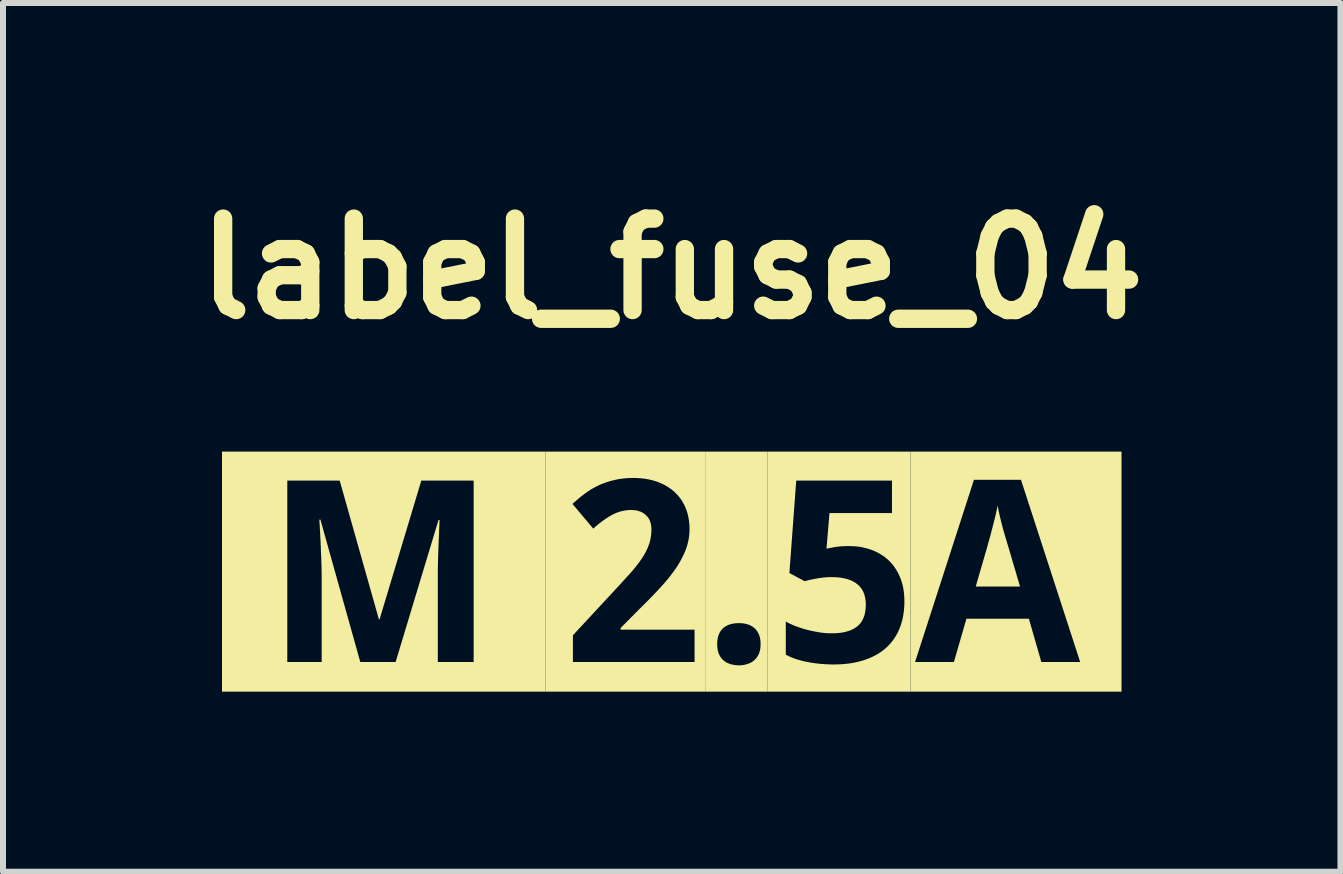
<source format=kicad_pcb>
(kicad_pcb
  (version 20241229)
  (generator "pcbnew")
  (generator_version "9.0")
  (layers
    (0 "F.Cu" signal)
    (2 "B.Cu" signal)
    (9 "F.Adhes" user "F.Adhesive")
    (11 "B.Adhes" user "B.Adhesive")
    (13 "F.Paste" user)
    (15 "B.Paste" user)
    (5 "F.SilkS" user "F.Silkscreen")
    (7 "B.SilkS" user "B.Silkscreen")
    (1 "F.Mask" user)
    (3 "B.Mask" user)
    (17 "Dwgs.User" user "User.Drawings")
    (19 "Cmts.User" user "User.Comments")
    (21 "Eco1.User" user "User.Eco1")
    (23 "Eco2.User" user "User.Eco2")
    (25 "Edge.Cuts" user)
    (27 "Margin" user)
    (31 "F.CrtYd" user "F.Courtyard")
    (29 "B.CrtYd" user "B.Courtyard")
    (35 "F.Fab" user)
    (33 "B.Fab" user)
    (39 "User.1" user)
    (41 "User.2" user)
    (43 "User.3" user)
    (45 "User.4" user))
  (footprint "label_fuse_04"
    (layer "F.Cu")
    (at 8.143 6.475)
    (property "Reference" "label_fuse_04" (at 0 -5.048 0) (layer "F.SilkS") (effects (font (size 1.524 1.524) (thickness 0.305))))
    (attr smd)
    (fp_poly (pts (xy 5.035 -1.53) (xy 3.978 -2) (xy 3.978 2) (xy 7.494 2) (xy 7.494 -2) (xy 3.978 -2) (xy 5.035 -1.53) (xy 5.819 -1.53) (xy 6.805 1.505) (xy 6.158 1.505) (xy 5.951 0.785) (xy 4.91 0.785) (xy 4.701 1.505) (xy 4.054 1.505) (xy 5.035 -1.53)) (stroke (width 0) (type solid)) (fill yes) (layer "F.SilkS"))
    (fp_poly (pts (xy 5.431 -1.104) (xy 5.428 -1.092) (xy 5.426 -1.08) (xy 5.423 -1.067) (xy 5.421 -1.054) (xy 5.418 -1.041) (xy 5.414 -1.026) (xy 5.411 -1.012) (xy 5.407 -0.996) (xy 5.405 -0.984) (xy 5.402 -0.971) (xy 5.399 -0.958) (xy 5.397 -0.945) (xy 5.394 -0.932) (xy 5.39 -0.919) (xy 5.387 -0.905) (xy 5.384 -0.892) (xy 5.38 -0.878) (xy 5.377 -0.864) (xy 5.374 -0.852) (xy 5.37 -0.839) (xy 5.367 -0.827) (xy 5.364 -0.814) (xy 5.361 -0.802) (xy 5.358 -0.789) (xy 5.355 -0.776) (xy 5.351 -0.764) (xy 5.348 -0.751) (xy 5.345 -0.738) (xy 5.341 -0.726) (xy 5.338 -0.712) (xy 5.334 -0.698) (xy 5.33 -0.684) (xy 5.327 -0.671) (xy 5.323 -0.657) (xy 5.32 -0.644) (xy 5.317 -0.631) (xy 5.313 -0.619) (xy 5.31 -0.606) (xy 5.307 -0.593) (xy 5.303 -0.58) (xy 5.299 -0.567) (xy 5.296 -0.554) (xy 5.292 -0.541) (xy 5.289 -0.529) (xy 5.285 -0.517) (xy 5.282 -0.506) (xy 5.278 -0.494) (xy 5.275 -0.484) (xy 5.271 -0.469) (xy 5.268 -0.455) (xy 5.264 -0.442) (xy 5.262 -0.432) (xy 5.259 -0.422) (xy 5.257 -0.414) (xy 5.065 0.248) (xy 5.803 0.248) (xy 5.608 -0.414) (xy 5.605 -0.422) (xy 5.603 -0.43) (xy 5.6 -0.44) (xy 5.596 -0.451) (xy 5.593 -0.463) (xy 5.589 -0.475) (xy 5.585 -0.489) (xy 5.581 -0.504) (xy 5.576 -0.519) (xy 5.571 -0.536) (xy 5.568 -0.548) (xy 5.564 -0.56) (xy 5.56 -0.573) (xy 5.557 -0.585) (xy 5.553 -0.598) (xy 5.549 -0.611) (xy 5.545 -0.624) (xy 5.541 -0.638) (xy 5.537 -0.651) (xy 5.533 -0.665) (xy 5.529 -0.679) (xy 5.525 -0.693) (xy 5.521 -0.707) (xy 5.517 -0.721) (xy 5.514 -0.734) (xy 5.51 -0.747) (xy 5.507 -0.76) (xy 5.504 -0.773) (xy 5.5 -0.786) (xy 5.497 -0.799) (xy 5.494 -0.812) (xy 5.491 -0.825) (xy 5.487 -0.838) (xy 5.484 -0.85) (xy 5.481 -0.863) (xy 5.478 -0.876) (xy 5.475 -0.889) (xy 5.472 -0.902) (xy 5.468 -0.915) (xy 5.465 -0.928) (xy 5.462 -0.944) (xy 5.458 -0.959) (xy 5.455 -0.974) (xy 5.452 -0.989) (xy 5.448 -1.003) (xy 5.446 -1.017) (xy 5.443 -1.03) (xy 5.441 -1.044) (xy 5.438 -1.056) (xy 5.436 -1.069) (xy 5.434 -1.081) (xy 5.432 -1.092) (xy 5.431 -1.104) (xy 5.431 -1.104)) (stroke (width 0) (type solid)) (fill yes) (layer "F.SilkS"))
    (fp_poly (pts (xy -7.494 -2) (xy -6.406 -1.517) (xy -5.533 -1.517) (xy -4.88 0.793) (xy -4.868 0.793) (xy -4.173 -1.517) (xy -3.301 -1.517) (xy -3.301 1.505) (xy -3.898 1.505) (xy -3.898 0.074) (xy -3.898 -0.048) (xy -3.898 -0.06) (xy -3.897 -0.073) (xy -3.897 -0.085) (xy -3.897 -0.098) (xy -3.896 -0.111) (xy -3.896 -0.124) (xy -3.896 -0.138) (xy -3.895 -0.151) (xy -3.895 -0.165) (xy -3.895 -0.178) (xy -3.894 -0.192) (xy -3.894 -0.205) (xy -3.894 -0.218) (xy -3.893 -0.231) (xy -3.893 -0.243) (xy -3.893 -0.256) (xy -3.892 -0.269) (xy -3.892 -0.282) (xy -3.891 -0.295) (xy -3.891 -0.308) (xy -3.891 -0.321) (xy -3.89 -0.334) (xy -3.89 -0.348) (xy -3.889 -0.362) (xy -3.889 -0.376) (xy -3.888 -0.39) (xy -3.887 -0.404) (xy -3.887 -0.418) (xy -3.886 -0.432) (xy -3.886 -0.446) (xy -3.885 -0.459) (xy -3.885 -0.473) (xy -3.884 -0.487) (xy -3.884 -0.5) (xy -3.883 -0.514) (xy -3.883 -0.527) (xy -3.882 -0.54) (xy -3.881 -0.554) (xy -3.881 -0.568) (xy -3.88 -0.581) (xy -3.88 -0.595) (xy -3.879 -0.608) (xy -3.878 -0.622) (xy -3.878 -0.636) (xy -3.877 -0.65) (xy -3.877 -0.664) (xy -3.876 -0.677) (xy -3.876 -0.691) (xy -3.875 -0.705) (xy -3.875 -0.719) (xy -3.874 -0.733) (xy -3.874 -0.747) (xy -3.873 -0.762) (xy -3.872 -0.776) (xy -3.872 -0.79) (xy -3.871 -0.804) (xy -3.871 -0.819) (xy -3.87 -0.833) (xy -3.87 -0.847) (xy -3.87 -0.862) (xy -3.886 -0.862) (xy -4.601 1.505) (xy -5.19 1.505) (xy -5.854 -0.866) (xy -5.872 -0.866) (xy -5.871 -0.852) (xy -5.87 -0.838) (xy -5.869 -0.824) (xy -5.869 -0.81) (xy -5.868 -0.796) (xy -5.867 -0.782) (xy -5.866 -0.768) (xy -5.865 -0.755) (xy -5.864 -0.741) (xy -5.864 -0.727) (xy -5.863 -0.713) (xy -5.862 -0.7) (xy -5.861 -0.686) (xy -5.86 -0.672) (xy -5.86 -0.659) (xy -5.859 -0.645) (xy -5.858 -0.631) (xy -5.858 -0.618) (xy -5.857 -0.605) (xy -5.856 -0.591) (xy -5.856 -0.578) (xy -5.855 -0.564) (xy -5.854 -0.551) (xy -5.854 -0.538) (xy -5.853 -0.524) (xy -5.852 -0.511) (xy -5.852 -0.498) (xy -5.851 -0.485) (xy -5.85 -0.472) (xy -5.85 -0.46) (xy -5.849 -0.447) (xy -5.849 -0.434) (xy -5.848 -0.421) (xy -5.848 -0.407) (xy -5.847 -0.394) (xy -5.847 -0.381) (xy -5.846 -0.368) (xy -5.846 -0.354) (xy -5.846 -0.341) (xy -5.845 -0.328) (xy -5.844 -0.314) (xy -5.844 -0.301) (xy -5.843 -0.288) (xy -5.842 -0.274) (xy -5.842 -0.261) (xy -5.841 -0.248) (xy -5.841 -0.235) (xy -5.84 -0.222) (xy -5.84 -0.208) (xy -5.839 -0.195) (xy -5.839 -0.182) (xy -5.838 -0.168) (xy -5.838 -0.154) (xy -5.837 -0.14) (xy -5.837 -0.126) (xy -5.836 -0.112) (xy -5.836 -0.098) (xy -5.836 -0.085) (xy -5.835 -0.071) (xy -5.835 -0.058) (xy -5.835 -0.044) (xy -5.835 -0.031) (xy -5.835 -0.017) (xy -5.834 -0.003) (xy -5.834 0.011) (xy -5.834 0.024) (xy -5.834 0.038) (xy -5.833 0.05) (xy -5.833 0.063) (xy -5.833 0.075) (xy -5.833 0.087) (xy -5.833 0.099) (xy -5.833 1.505) (xy -6.406 1.505) (xy -6.406 -1.517) (xy -7.494 -2) (xy -7.494 2) (xy -2.101 2) (xy -2.101 -2) (xy -7.494 -2)) (stroke (width 0) (type solid)) (fill yes) (layer "F.SilkS"))
    (fp_poly (pts (xy 0.568 -2) (xy 1.121 0.858) (xy 1.135 0.858) (xy 1.149 0.859) (xy 1.163 0.86) (xy 1.177 0.861) (xy 1.191 0.862) (xy 1.204 0.864) (xy 1.218 0.867) (xy 1.231 0.87) (xy 1.244 0.873) (xy 1.257 0.876) (xy 1.27 0.88) (xy 1.283 0.885) (xy 1.295 0.889) (xy 1.307 0.895) (xy 1.319 0.901) (xy 1.33 0.907) (xy 1.341 0.913) (xy 1.352 0.921) (xy 1.362 0.928) (xy 1.373 0.936) (xy 1.382 0.945) (xy 1.392 0.954) (xy 1.4 0.963) (xy 1.409 0.974) (xy 1.417 0.984) (xy 1.425 0.996) (xy 1.432 1.007) (xy 1.439 1.02) (xy 1.445 1.033) (xy 1.451 1.046) (xy 1.456 1.057) (xy 1.46 1.069) (xy 1.464 1.081) (xy 1.467 1.093) (xy 1.47 1.106) (xy 1.473 1.12) (xy 1.475 1.134) (xy 1.477 1.148) (xy 1.478 1.162) (xy 1.479 1.178) (xy 1.48 1.193) (xy 1.48 1.209) (xy 1.48 1.224) (xy 1.479 1.239) (xy 1.478 1.254) (xy 1.477 1.268) (xy 1.475 1.282) (xy 1.473 1.295) (xy 1.47 1.309) (xy 1.467 1.321) (xy 1.464 1.334) (xy 1.46 1.346) (xy 1.456 1.357) (xy 1.451 1.368) (xy 1.445 1.381) (xy 1.439 1.394) (xy 1.432 1.406) (xy 1.425 1.418) (xy 1.417 1.429) (xy 1.409 1.44) (xy 1.4 1.45) (xy 1.392 1.46) (xy 1.382 1.469) (xy 1.373 1.478) (xy 1.362 1.487) (xy 1.352 1.494) (xy 1.341 1.502) (xy 1.33 1.509) (xy 1.319 1.515) (xy 1.307 1.521) (xy 1.295 1.526) (xy 1.283 1.531) (xy 1.27 1.536) (xy 1.257 1.54) (xy 1.244 1.544) (xy 1.231 1.547) (xy 1.218 1.55) (xy 1.204 1.553) (xy 1.191 1.555) (xy 1.177 1.557) (xy 1.163 1.559) (xy 1.149 1.56) (xy 1.135 1.561) (xy 1.121 1.561) (xy 1.107 1.561) (xy 1.093 1.56) (xy 1.08 1.559) (xy 1.066 1.558) (xy 1.053 1.556) (xy 1.04 1.554) (xy 1.027 1.552) (xy 1.015 1.55) (xy 1.002 1.547) (xy 0.99 1.543) (xy 0.978 1.54) (xy 0.965 1.536) (xy 0.952 1.531) (xy 0.94 1.526) (xy 0.928 1.521) (xy 0.916 1.515) (xy 0.904 1.509) (xy 0.893 1.502) (xy 0.883 1.494) (xy 0.872 1.487) (xy 0.862 1.478) (xy 0.852 1.469) (xy 0.843 1.46) (xy 0.834 1.45) (xy 0.826 1.44) (xy 0.818 1.429) (xy 0.81 1.418) (xy 0.803 1.406) (xy 0.796 1.394) (xy 0.79 1.381) (xy 0.784 1.368) (xy 0.78 1.357) (xy 0.776 1.346) (xy 0.772 1.334) (xy 0.769 1.321) (xy 0.766 1.309) (xy 0.764 1.295) (xy 0.762 1.282) (xy 0.76 1.268) (xy 0.759 1.254) (xy 0.758 1.239) (xy 0.757 1.224) (xy 0.757 1.209) (xy 0.757 1.193) (xy 0.758 1.178) (xy 0.759 1.162) (xy 0.76 1.148) (xy 0.762 1.134) (xy 0.764 1.12) (xy 0.766 1.106) (xy 0.769 1.093) (xy 0.772 1.081) (xy 0.776 1.069) (xy 0.78 1.057) (xy 0.784 1.046) (xy 0.79 1.033) (xy 0.796 1.02) (xy 0.803 1.007) (xy 0.81 0.996) (xy 0.818 0.984) (xy 0.826 0.974) (xy 0.834 0.963) (xy 0.843 0.954) (xy 0.852 0.945) (xy 0.862 0.936) (xy 0.872 0.928) (xy 0.883 0.921) (xy 0.893 0.913) (xy 0.904 0.907) (xy 0.916 0.901) (xy 0.928 0.895) (xy 0.94 0.889) (xy 0.952 0.885) (xy 0.965 0.88) (xy 0.978 0.876) (xy 0.99 0.873) (xy 1.002 0.87) (xy 1.015 0.867) (xy 1.027 0.865) (xy 1.04 0.863) (xy 1.053 0.862) (xy 1.066 0.86) (xy 1.08 0.859) (xy 1.093 0.859) (xy 1.107 0.858) (xy 1.121 0.858) (xy 0.568 -2) (xy 0.568 2) (xy 1.599 2) (xy 1.599 -2) (xy 0.568 -2)) (stroke (width 0) (type solid)) (fill yes) (layer "F.SilkS"))
    (fp_poly (pts (xy -2.101 -2) (xy -0.641 -1.561) (xy -0.626 -1.561) (xy -0.611 -1.56) (xy -0.596 -1.56) (xy -0.582 -1.56) (xy -0.567 -1.559) (xy -0.553 -1.558) (xy -0.538 -1.557) (xy -0.524 -1.556) (xy -0.51 -1.555) (xy -0.496 -1.554) (xy -0.482 -1.552) (xy -0.469 -1.55) (xy -0.455 -1.549) (xy -0.442 -1.547) (xy -0.428 -1.545) (xy -0.415 -1.542) (xy -0.402 -1.54) (xy -0.389 -1.538) (xy -0.376 -1.535) (xy -0.363 -1.532) (xy -0.35 -1.529) (xy -0.337 -1.526) (xy -0.325 -1.523) (xy -0.312 -1.52) (xy -0.3 -1.516) (xy -0.288 -1.512) (xy -0.276 -1.509) (xy -0.264 -1.505) (xy -0.252 -1.501) (xy -0.238 -1.496) (xy -0.224 -1.491) (xy -0.211 -1.486) (xy -0.198 -1.48) (xy -0.185 -1.475) (xy -0.172 -1.469) (xy -0.159 -1.463) (xy -0.146 -1.457) (xy -0.134 -1.451) (xy -0.121 -1.445) (xy -0.109 -1.438) (xy -0.097 -1.431) (xy -0.085 -1.424) (xy -0.074 -1.417) (xy -0.062 -1.41) (xy -0.051 -1.403) (xy -0.04 -1.395) (xy -0.029 -1.388) (xy -0.018 -1.38) (xy -0.007 -1.372) (xy 0.003 -1.364) (xy 0.014 -1.355) (xy 0.024 -1.347) (xy 0.034 -1.338) (xy 0.044 -1.329) (xy 0.054 -1.32) (xy 0.063 -1.311) (xy 0.073 -1.301) (xy 0.083 -1.291) (xy 0.092 -1.282) (xy 0.101 -1.271) (xy 0.11 -1.261) (xy 0.118 -1.251) (xy 0.127 -1.24) (xy 0.135 -1.23) (xy 0.143 -1.219) (xy 0.151 -1.208) (xy 0.159 -1.197) (xy 0.166 -1.185) (xy 0.174 -1.174) (xy 0.181 -1.162) (xy 0.187 -1.15) (xy 0.194 -1.138) (xy 0.201 -1.126) (xy 0.207 -1.114) (xy 0.213 -1.101) (xy 0.219 -1.088) (xy 0.224 -1.075) (xy 0.23 -1.062) (xy 0.235 -1.05) (xy 0.24 -1.038) (xy 0.244 -1.026) (xy 0.249 -1.013) (xy 0.253 -1.001) (xy 0.257 -0.988) (xy 0.261 -0.975) (xy 0.264 -0.962) (xy 0.268 -0.949) (xy 0.271 -0.936) (xy 0.274 -0.923) (xy 0.277 -0.909) (xy 0.279 -0.896) (xy 0.282 -0.882) (xy 0.284 -0.868) (xy 0.286 -0.854) (xy 0.288 -0.84) (xy 0.29 -0.826) (xy 0.291 -0.812) (xy 0.292 -0.798) (xy 0.294 -0.783) (xy 0.294 -0.769) (xy 0.295 -0.754) (xy 0.296 -0.739) (xy 0.296 -0.724) (xy 0.296 -0.709) (xy 0.296 -0.695) (xy 0.296 -0.681) (xy 0.295 -0.667) (xy 0.294 -0.653) (xy 0.293 -0.639) (xy 0.292 -0.625) (xy 0.291 -0.611) (xy 0.29 -0.597) (xy 0.288 -0.583) (xy 0.286 -0.569) (xy 0.284 -0.555) (xy 0.282 -0.542) (xy 0.279 -0.528) (xy 0.276 -0.514) (xy 0.273 -0.501) (xy 0.27 -0.487) (xy 0.267 -0.474) (xy 0.264 -0.461) (xy 0.26 -0.447) (xy 0.256 -0.434) (xy 0.252 -0.421) (xy 0.248 -0.407) (xy 0.243 -0.394) (xy 0.239 -0.381) (xy 0.234 -0.368) (xy 0.229 -0.356) (xy 0.224 -0.343) (xy 0.219 -0.331) (xy 0.214 -0.318) (xy 0.208 -0.306) (xy 0.203 -0.294) (xy 0.197 -0.281) (xy 0.191 -0.269) (xy 0.185 -0.257) (xy 0.179 -0.245) (xy 0.173 -0.232) (xy 0.167 -0.22) (xy 0.16 -0.208) (xy 0.154 -0.196) (xy 0.147 -0.183) (xy 0.14 -0.171) (xy 0.133 -0.159) (xy 0.126 -0.147) (xy 0.119 -0.135) (xy 0.112 -0.123) (xy 0.104 -0.11) (xy 0.096 -0.098) (xy 0.089 -0.086) (xy 0.081 -0.074) (xy 0.073 -0.062) (xy 0.064 -0.05) (xy 0.057 -0.039) (xy 0.049 -0.028) (xy 0.042 -0.018) (xy 0.034 -0.007) (xy 0.026 0.004) (xy 0.018 0.014) (xy 0.011 0.025) (xy 0.002 0.036) (xy -0.006 0.046) (xy -0.014 0.057) (xy -0.022 0.068) (xy -0.031 0.079) (xy -0.039 0.089) (xy -0.048 0.1) (xy -0.056 0.111) (xy -0.065 0.121) (xy -0.074 0.132) (xy -0.083 0.143) (xy -0.092 0.153) (xy -0.101 0.164) (xy -0.11 0.175) (xy -0.119 0.186) (xy -0.128 0.196) (xy -0.138 0.207) (xy -0.147 0.218) (xy -0.157 0.228) (xy -0.166 0.239) (xy -0.176 0.25) (xy -0.186 0.26) (xy -0.195 0.27) (xy -0.204 0.28) (xy -0.213 0.29) (xy -0.222 0.3) (xy -0.232 0.31) (xy -0.241 0.32) (xy -0.25 0.33) (xy -0.26 0.34) (xy -0.269 0.35) (xy -0.279 0.36) (xy -0.288 0.37) (xy -0.298 0.38) (xy -0.307 0.39) (xy -0.317 0.4) (xy -0.327 0.41) (xy -0.337 0.42) (xy -0.346 0.43) (xy -0.356 0.44) (xy -0.366 0.45) (xy -0.376 0.46) (xy -0.386 0.47) (xy -0.396 0.481) (xy -0.406 0.491) (xy -0.416 0.501) (xy -0.426 0.511) (xy -0.436 0.521) (xy -0.447 0.531) (xy -0.457 0.542) (xy -0.467 0.552) (xy -0.477 0.562) (xy -0.488 0.572) (xy -0.852 0.938) (xy -0.852 0.967) (xy 0.38 0.967) (xy 0.38 1.505) (xy -1.647 1.505) (xy -1.647 1.06) (xy -0.936 0.294) (xy -0.926 0.282) (xy -0.915 0.271) (xy -0.905 0.26) (xy -0.895 0.25) (xy -0.885 0.239) (xy -0.875 0.228) (xy -0.865 0.217) (xy -0.856 0.207) (xy -0.846 0.196) (xy -0.836 0.186) (xy -0.827 0.175) (xy -0.817 0.165) (xy -0.808 0.154) (xy -0.799 0.144) (xy -0.789 0.134) (xy -0.78 0.124) (xy -0.771 0.114) (xy -0.762 0.104) (xy -0.753 0.094) (xy -0.744 0.084) (xy -0.735 0.074) (xy -0.727 0.065) (xy -0.718 0.055) (xy -0.709 0.046) (xy -0.701 0.036) (xy -0.692 0.027) (xy -0.682 0.016) (xy -0.673 0.005) (xy -0.663 -0.006) (xy -0.654 -0.017) (xy -0.644 -0.028) (xy -0.635 -0.039) (xy -0.626 -0.05) (xy -0.617 -0.061) (xy -0.608 -0.072) (xy -0.599 -0.083) (xy -0.591 -0.094) (xy -0.582 -0.104) (xy -0.574 -0.115) (xy -0.566 -0.126) (xy -0.557 -0.137) (xy -0.549 -0.147) (xy -0.542 -0.158) (xy -0.534 -0.169) (xy -0.526 -0.179) (xy -0.519 -0.19) (xy -0.512 -0.2) (xy -0.504 -0.211) (xy -0.496 -0.223) (xy -0.488 -0.235) (xy -0.48 -0.248) (xy -0.473 -0.26) (xy -0.465 -0.272) (xy -0.458 -0.284) (xy -0.451 -0.297) (xy -0.444 -0.309) (xy -0.438 -0.322) (xy -0.431 -0.334) (xy -0.425 -0.346) (xy -0.419 -0.359) (xy -0.413 -0.371) (xy -0.407 -0.384) (xy -0.402 -0.396) (xy -0.397 -0.409) (xy -0.392 -0.422) (xy -0.387 -0.434) (xy -0.382 -0.447) (xy -0.378 -0.459) (xy -0.373 -0.472) (xy -0.369 -0.485) (xy -0.366 -0.498) (xy -0.362 -0.511) (xy -0.359 -0.524) (xy -0.356 -0.537) (xy -0.353 -0.551) (xy -0.351 -0.564) (xy -0.349 -0.578) (xy -0.347 -0.592) (xy -0.345 -0.605) (xy -0.343 -0.619) (xy -0.342 -0.633) (xy -0.341 -0.647) (xy -0.34 -0.661) (xy -0.339 -0.676) (xy -0.339 -0.69) (xy -0.339 -0.705) (xy -0.339 -0.72) (xy -0.34 -0.735) (xy -0.341 -0.749) (xy -0.343 -0.763) (xy -0.345 -0.777) (xy -0.347 -0.79) (xy -0.35 -0.804) (xy -0.354 -0.816) (xy -0.358 -0.829) (xy -0.362 -0.841) (xy -0.367 -0.853) (xy -0.372 -0.864) (xy -0.378 -0.875) (xy -0.384 -0.886) (xy -0.391 -0.896) (xy -0.398 -0.906) (xy -0.406 -0.916) (xy -0.414 -0.925) (xy -0.423 -0.934) (xy -0.432 -0.943) (xy -0.441 -0.951) (xy -0.45 -0.959) (xy -0.46 -0.966) (xy -0.471 -0.973) (xy -0.481 -0.98) (xy -0.492 -0.986) (xy -0.503 -0.992) (xy -0.515 -0.997) (xy -0.527 -1.002) (xy -0.539 -1.006) (xy -0.551 -1.01) (xy -0.564 -1.014) (xy -0.577 -1.017) (xy -0.591 -1.02) (xy -0.604 -1.022) (xy -0.619 -1.024) (xy -0.633 -1.025) (xy -0.648 -1.026) (xy -0.663 -1.027) (xy -0.678 -1.027) (xy -0.692 -1.027) (xy -0.705 -1.027) (xy -0.719 -1.026) (xy -0.732 -1.025) (xy -0.745 -1.024) (xy -0.759 -1.022) (xy -0.772 -1.02) (xy -0.785 -1.018) (xy -0.799 -1.016) (xy -0.812 -1.013) (xy -0.825 -1.01) (xy -0.838 -1.007) (xy -0.851 -1.004) (xy -0.864 -1) (xy -0.877 -0.996) (xy -0.89 -0.991) (xy -0.903 -0.987) (xy -0.916 -0.982) (xy -0.929 -0.977) (xy -0.942 -0.971) (xy -0.954 -0.966) (xy -0.967 -0.96) (xy -0.98 -0.953) (xy -0.992 -0.947) (xy -1.003 -0.941) (xy -1.014 -0.935) (xy -1.025 -0.929) (xy -1.036 -0.922) (xy -1.047 -0.916) (xy -1.057 -0.909) (xy -1.068 -0.902) (xy -1.08 -0.895) (xy -1.091 -0.888) (xy -1.102 -0.88) (xy -1.113 -0.873) (xy -1.124 -0.865) (xy -1.135 -0.857) (xy -1.146 -0.849) (xy -1.158 -0.841) (xy -1.169 -0.832) (xy -1.18 -0.824) (xy -1.192 -0.815) (xy -1.203 -0.806) (xy -1.215 -0.797) (xy -1.226 -0.788) (xy -1.238 -0.778) (xy -1.249 -0.768) (xy -1.261 -0.759) (xy -1.273 -0.749) (xy -1.284 -0.738) (xy -1.296 -0.728) (xy -1.308 -0.717) (xy -1.655 -1.129) (xy -1.645 -1.138) (xy -1.635 -1.147) (xy -1.624 -1.157) (xy -1.614 -1.166) (xy -1.603 -1.175) (xy -1.592 -1.184) (xy -1.582 -1.193) (xy -1.571 -1.202) (xy -1.56 -1.211) (xy -1.55 -1.22) (xy -1.539 -1.229) (xy -1.528 -1.238) (xy -1.517 -1.247) (xy -1.506 -1.256) (xy -1.495 -1.264) (xy -1.484 -1.273) (xy -1.472 -1.282) (xy -1.461 -1.29) (xy -1.451 -1.298) (xy -1.44 -1.306) (xy -1.429 -1.314) (xy -1.418 -1.322) (xy -1.407 -1.33) (xy -1.395 -1.338) (xy -1.384 -1.345) (xy -1.372 -1.353) (xy -1.361 -1.36) (xy -1.349 -1.368) (xy -1.337 -1.375) (xy -1.325 -1.382) (xy -1.313 -1.389) (xy -1.301 -1.396) (xy -1.288 -1.402) (xy -1.276 -1.409) (xy -1.263 -1.416) (xy -1.251 -1.422) (xy -1.238 -1.428) (xy -1.226 -1.434) (xy -1.215 -1.44) (xy -1.203 -1.445) (xy -1.191 -1.45) (xy -1.179 -1.456) (xy -1.166 -1.461) (xy -1.154 -1.466) (xy -1.141 -1.47) (xy -1.129 -1.475) (xy -1.116 -1.48) (xy -1.103 -1.484) (xy -1.09 -1.489) (xy -1.077 -1.493) (xy -1.064 -1.497) (xy -1.051 -1.501) (xy -1.038 -1.505) (xy -1.024 -1.509) (xy -1.01 -1.513) (xy -0.997 -1.516) (xy -0.983 -1.52) (xy -0.969 -1.523) (xy -0.957 -1.526) (xy -0.944 -1.529) (xy -0.932 -1.532) (xy -0.919 -1.535) (xy -0.906 -1.537) (xy -0.893 -1.54) (xy -0.88 -1.542) (xy -0.867 -1.544) (xy -0.854 -1.546) (xy -0.841 -1.548) (xy -0.827 -1.55) (xy -0.814 -1.551) (xy -0.8 -1.553) (xy -0.786 -1.554) (xy -0.772 -1.555) (xy -0.758 -1.557) (xy -0.744 -1.558) (xy -0.729 -1.558) (xy -0.715 -1.559) (xy -0.7 -1.56) (xy -0.685 -1.56) (xy -0.671 -1.561) (xy -0.656 -1.561) (xy -0.641 -1.561) (xy -2.101 -2) (xy -2.101 2) (xy 0.568 2) (xy 0.568 -2) (xy -2.101 -2)) (stroke (width 0) (type solid)) (fill yes) (layer "F.SilkS"))
    (fp_poly (pts (xy 1.599 -2) (xy 2.074 -1.517) (xy 3.669 -1.517) (xy 3.669 -0.976) (xy 2.628 -0.976) (xy 2.578 -0.382) (xy 2.589 -0.385) (xy 2.601 -0.387) (xy 2.612 -0.39) (xy 2.624 -0.392) (xy 2.637 -0.394) (xy 2.649 -0.397) (xy 2.662 -0.399) (xy 2.675 -0.402) (xy 2.689 -0.404) (xy 2.702 -0.407) (xy 2.716 -0.409) (xy 2.731 -0.411) (xy 2.741 -0.413) (xy 2.752 -0.415) (xy 2.764 -0.416) (xy 2.775 -0.417) (xy 2.787 -0.419) (xy 2.8 -0.42) (xy 2.812 -0.421) (xy 2.825 -0.422) (xy 2.839 -0.423) (xy 2.853 -0.423) (xy 2.867 -0.424) (xy 2.881 -0.425) (xy 2.896 -0.425) (xy 2.911 -0.425) (xy 2.926 -0.426) (xy 2.942 -0.426) (xy 2.958 -0.426) (xy 2.973 -0.426) (xy 2.987 -0.425) (xy 3.001 -0.425) (xy 3.015 -0.424) (xy 3.029 -0.424) (xy 3.043 -0.423) (xy 3.057 -0.422) (xy 3.071 -0.421) (xy 3.085 -0.419) (xy 3.099 -0.418) (xy 3.112 -0.416) (xy 3.126 -0.414) (xy 3.139 -0.412) (xy 3.153 -0.41) (xy 3.166 -0.407) (xy 3.179 -0.405) (xy 3.192 -0.402) (xy 3.205 -0.399) (xy 3.218 -0.396) (xy 3.231 -0.393) (xy 3.244 -0.389) (xy 3.257 -0.386) (xy 3.27 -0.382) (xy 3.282 -0.378) (xy 3.295 -0.374) (xy 3.308 -0.37) (xy 3.32 -0.366) (xy 3.333 -0.361) (xy 3.346 -0.356) (xy 3.36 -0.351) (xy 3.372 -0.345) (xy 3.385 -0.34) (xy 3.398 -0.334) (xy 3.41 -0.328) (xy 3.423 -0.322) (xy 3.435 -0.315) (xy 3.447 -0.309) (xy 3.459 -0.302) (xy 3.471 -0.296) (xy 3.482 -0.289) (xy 3.494 -0.281) (xy 3.505 -0.274) (xy 3.517 -0.266) (xy 3.528 -0.259) (xy 3.539 -0.251) (xy 3.55 -0.243) (xy 3.56 -0.234) (xy 3.571 -0.226) (xy 3.581 -0.217) (xy 3.591 -0.209) (xy 3.602 -0.2) (xy 3.612 -0.19) (xy 3.621 -0.181) (xy 3.63 -0.172) (xy 3.639 -0.163) (xy 3.648 -0.153) (xy 3.657 -0.144) (xy 3.666 -0.134) (xy 3.674 -0.124) (xy 3.683 -0.114) (xy 3.691 -0.103) (xy 3.699 -0.093) (xy 3.707 -0.082) (xy 3.714 -0.071) (xy 3.722 -0.06) (xy 3.729 -0.049) (xy 3.737 -0.038) (xy 3.744 -0.026) (xy 3.751 -0.014) (xy 3.757 -0.002) (xy 3.764 0.01) (xy 3.77 0.022) (xy 3.777 0.034) (xy 3.783 0.047) (xy 3.789 0.06) (xy 3.794 0.073) (xy 3.8 0.086) (xy 3.806 0.099) (xy 3.81 0.111) (xy 3.815 0.123) (xy 3.819 0.135) (xy 3.824 0.147) (xy 3.828 0.16) (xy 3.832 0.172) (xy 3.835 0.185) (xy 3.839 0.198) (xy 3.843 0.211) (xy 3.846 0.224) (xy 3.849 0.237) (xy 3.852 0.25) (xy 3.855 0.263) (xy 3.857 0.277) (xy 3.86 0.29) (xy 3.862 0.304) (xy 3.864 0.318) (xy 3.866 0.332) (xy 3.868 0.346) (xy 3.869 0.36) (xy 3.871 0.375) (xy 3.872 0.389) (xy 3.873 0.404) (xy 3.874 0.419) (xy 3.875 0.434) (xy 3.875 0.449) (xy 3.876 0.464) (xy 3.876 0.479) (xy 3.876 0.494) (xy 3.876 0.509) (xy 3.876 0.524) (xy 3.876 0.538) (xy 3.875 0.553) (xy 3.874 0.568) (xy 3.874 0.582) (xy 3.873 0.596) (xy 3.872 0.61) (xy 3.87 0.625) (xy 3.869 0.639) (xy 3.868 0.653) (xy 3.866 0.666) (xy 3.864 0.68) (xy 3.862 0.694) (xy 3.86 0.707) (xy 3.858 0.721) (xy 3.856 0.734) (xy 3.853 0.748) (xy 3.851 0.761) (xy 3.848 0.774) (xy 3.845 0.787) (xy 3.842 0.8) (xy 3.839 0.813) (xy 3.836 0.825) (xy 3.832 0.838) (xy 3.829 0.851) (xy 3.825 0.863) (xy 3.821 0.876) (xy 3.817 0.888) (xy 3.813 0.9) (xy 3.809 0.912) (xy 3.804 0.924) (xy 3.8 0.936) (xy 3.794 0.95) (xy 3.789 0.963) (xy 3.783 0.976) (xy 3.777 0.989) (xy 3.771 1.002) (xy 3.765 1.014) (xy 3.758 1.027) (xy 3.752 1.039) (xy 3.745 1.051) (xy 3.738 1.063) (xy 3.731 1.075) (xy 3.724 1.087) (xy 3.716 1.099) (xy 3.709 1.11) (xy 3.701 1.122) (xy 3.693 1.133) (xy 3.685 1.144) (xy 3.677 1.155) (xy 3.668 1.166) (xy 3.66 1.177) (xy 3.651 1.187) (xy 3.642 1.198) (xy 3.633 1.208) (xy 3.623 1.218) (xy 3.614 1.228) (xy 3.604 1.238) (xy 3.594 1.248) (xy 3.584 1.257) (xy 3.574 1.267) (xy 3.564 1.276) (xy 3.555 1.284) (xy 3.545 1.292) (xy 3.534 1.301) (xy 3.524 1.309) (xy 3.514 1.317) (xy 3.503 1.324) (xy 3.492 1.332) (xy 3.482 1.34) (xy 3.471 1.347) (xy 3.459 1.355) (xy 3.448 1.362) (xy 3.437 1.369) (xy 3.425 1.376) (xy 3.413 1.382) (xy 3.401 1.389) (xy 3.389 1.396) (xy 3.377 1.402) (xy 3.365 1.408) (xy 3.352 1.415) (xy 3.339 1.421) (xy 3.327 1.426) (xy 3.314 1.432) (xy 3.3 1.438) (xy 3.287 1.443) (xy 3.274 1.449) (xy 3.26 1.454) (xy 3.246 1.459) (xy 3.232 1.464) (xy 3.218 1.469) (xy 3.204 1.474) (xy 3.192 1.478) (xy 3.18 1.481) (xy 3.168 1.485) (xy 3.156 1.488) (xy 3.144 1.492) (xy 3.131 1.495) (xy 3.119 1.498) (xy 3.106 1.502) (xy 3.094 1.505) (xy 3.081 1.507) (xy 3.068 1.51) (xy 3.055 1.513) (xy 3.042 1.516) (xy 3.029 1.518) (xy 3.016 1.52) (xy 3.002 1.523) (xy 2.989 1.525) (xy 2.975 1.527) (xy 2.962 1.529) (xy 2.948 1.531) (xy 2.934 1.532) (xy 2.92 1.534) (xy 2.906 1.536) (xy 2.892 1.537) (xy 2.878 1.538) (xy 2.864 1.54) (xy 2.849 1.541) (xy 2.835 1.542) (xy 2.82 1.543) (xy 2.805 1.543) (xy 2.791 1.544) (xy 2.776 1.545) (xy 2.761 1.545) (xy 2.746 1.545) (xy 2.73 1.546) (xy 2.715 1.546) (xy 2.7 1.546) (xy 2.686 1.546) (xy 2.673 1.546) (xy 2.66 1.546) (xy 2.646 1.545) (xy 2.633 1.545) (xy 2.62 1.545) (xy 2.607 1.544) (xy 2.593 1.544) (xy 2.58 1.543) (xy 2.567 1.543) (xy 2.553 1.542) (xy 2.54 1.541) (xy 2.527 1.54) (xy 2.514 1.539) (xy 2.501 1.538) (xy 2.488 1.537) (xy 2.474 1.536) (xy 2.46 1.535) (xy 2.447 1.533) (xy 2.433 1.532) (xy 2.419 1.53) (xy 2.405 1.528) (xy 2.392 1.527) (xy 2.378 1.525) (xy 2.365 1.523) (xy 2.351 1.521) (xy 2.338 1.519) (xy 2.325 1.517) (xy 2.312 1.514) (xy 2.298 1.512) (xy 2.285 1.51) (xy 2.272 1.507) (xy 2.259 1.505) (xy 2.246 1.502) (xy 2.233 1.499) (xy 2.219 1.497) (xy 2.206 1.494) (xy 2.193 1.491) (xy 2.18 1.488) (xy 2.167 1.484) (xy 2.154 1.481) (xy 2.141 1.478) (xy 2.128 1.474) (xy 2.116 1.471) (xy 2.103 1.467) (xy 2.09 1.463) (xy 2.078 1.459) (xy 2.065 1.455) (xy 2.052 1.45) (xy 2.038 1.445) (xy 2.024 1.44) (xy 2.011 1.435) (xy 1.998 1.43) (xy 1.985 1.424) (xy 1.972 1.419) (xy 1.96 1.413) (xy 1.947 1.407) (xy 1.935 1.401) (xy 1.923 1.395) (xy 1.912 1.389) (xy 1.9 1.383) (xy 1.9 0.831) (xy 1.91 0.837) (xy 1.921 0.843) (xy 1.932 0.848) (xy 1.943 0.854) (xy 1.954 0.86) (xy 1.966 0.866) (xy 1.978 0.871) (xy 1.99 0.877) (xy 2.002 0.882) (xy 2.015 0.888) (xy 2.027 0.893) (xy 2.04 0.899) (xy 2.054 0.904) (xy 2.067 0.909) (xy 2.08 0.914) (xy 2.093 0.918) (xy 2.105 0.923) (xy 2.118 0.927) (xy 2.131 0.932) (xy 2.144 0.936) (xy 2.157 0.94) (xy 2.17 0.945) (xy 2.184 0.949) (xy 2.197 0.953) (xy 2.21 0.957) (xy 2.224 0.96) (xy 2.237 0.964) (xy 2.25 0.968) (xy 2.264 0.972) (xy 2.278 0.975) (xy 2.291 0.978) (xy 2.305 0.981) (xy 2.319 0.984) (xy 2.333 0.987) (xy 2.347 0.99) (xy 2.36 0.993) (xy 2.374 0.996) (xy 2.388 0.998) (xy 2.402 1.001) (xy 2.415 1.003) (xy 2.429 1.006) (xy 2.443 1.008) (xy 2.457 1.011) (xy 2.471 1.013) (xy 2.485 1.015) (xy 2.5 1.017) (xy 2.514 1.018) (xy 2.529 1.02) (xy 2.543 1.021) (xy 2.557 1.023) (xy 2.571 1.024) (xy 2.585 1.025) (xy 2.599 1.025) (xy 2.613 1.026) (xy 2.626 1.027) (xy 2.64 1.027) (xy 2.653 1.027) (xy 2.667 1.027) (xy 2.683 1.027) (xy 2.7 1.027) (xy 2.716 1.026) (xy 2.732 1.026) (xy 2.748 1.025) (xy 2.763 1.023) (xy 2.778 1.022) (xy 2.793 1.021) (xy 2.808 1.019) (xy 2.823 1.017) (xy 2.837 1.015) (xy 2.851 1.012) (xy 2.864 1.01) (xy 2.878 1.007) (xy 2.891 1.004) (xy 2.904 1.001) (xy 2.917 0.997) (xy 2.93 0.993) (xy 2.942 0.99) (xy 2.954 0.986) (xy 2.966 0.981) (xy 2.977 0.977) (xy 2.989 0.972) (xy 3 0.967) (xy 3.011 0.962) (xy 3.021 0.957) (xy 3.031 0.951) (xy 3.042 0.945) (xy 3.051 0.94) (xy 3.061 0.933) (xy 3.07 0.927) (xy 3.08 0.92) (xy 3.088 0.914) (xy 3.098 0.906) (xy 3.107 0.898) (xy 3.116 0.889) (xy 3.124 0.88) (xy 3.133 0.871) (xy 3.141 0.862) (xy 3.148 0.852) (xy 3.155 0.842) (xy 3.162 0.832) (xy 3.169 0.822) (xy 3.175 0.811) (xy 3.181 0.799) (xy 3.187 0.788) (xy 3.192 0.776) (xy 3.197 0.764) (xy 3.201 0.752) (xy 3.206 0.739) (xy 3.21 0.726) (xy 3.214 0.713) (xy 3.217 0.699) (xy 3.22 0.686) (xy 3.223 0.671) (xy 3.225 0.657) (xy 3.227 0.642) (xy 3.229 0.627) (xy 3.23 0.612) (xy 3.231 0.596) (xy 3.232 0.58) (xy 3.233 0.564) (xy 3.233 0.548) (xy 3.233 0.532) (xy 3.232 0.516) (xy 3.231 0.501) (xy 3.23 0.486) (xy 3.228 0.471) (xy 3.226 0.457) (xy 3.224 0.443) (xy 3.221 0.429) (xy 3.218 0.415) (xy 3.215 0.402) (xy 3.211 0.389) (xy 3.207 0.376) (xy 3.202 0.364) (xy 3.197 0.351) (xy 3.192 0.339) (xy 3.187 0.328) (xy 3.181 0.316) (xy 3.174 0.305) (xy 3.168 0.294) (xy 3.16 0.284) (xy 3.153 0.273) (xy 3.145 0.263) (xy 3.137 0.253) (xy 3.128 0.244) (xy 3.12 0.235) (xy 3.11 0.226) (xy 3.101 0.217) (xy 3.091 0.209) (xy 3.082 0.202) (xy 3.074 0.195) (xy 3.065 0.189) (xy 3.055 0.183) (xy 3.046 0.177) (xy 3.036 0.171) (xy 3.026 0.165) (xy 3.016 0.16) (xy 3.005 0.154) (xy 2.994 0.149) (xy 2.983 0.145) (xy 2.972 0.14) (xy 2.96 0.136) (xy 2.948 0.132) (xy 2.936 0.128) (xy 2.924 0.124) (xy 2.911 0.12) (xy 2.898 0.117) (xy 2.885 0.114) (xy 2.871 0.111) (xy 2.858 0.108) (xy 2.844 0.105) (xy 2.829 0.103) (xy 2.815 0.101) (xy 2.8 0.099) (xy 2.785 0.097) (xy 2.769 0.096) (xy 2.754 0.094) (xy 2.738 0.093) (xy 2.722 0.092) (xy 2.705 0.092) (xy 2.688 0.091) (xy 2.671 0.091) (xy 2.654 0.091) (xy 2.642 0.091) (xy 2.63 0.091) (xy 2.617 0.091) (xy 2.605 0.092) (xy 2.592 0.093) (xy 2.579 0.094) (xy 2.565 0.095) (xy 2.552 0.096) (xy 2.538 0.097) (xy 2.525 0.099) (xy 2.512 0.1) (xy 2.498 0.102) (xy 2.485 0.104) (xy 2.472 0.105) (xy 2.459 0.107) (xy 2.445 0.109) (xy 2.432 0.112) (xy 2.419 0.114) (xy 2.406 0.116) (xy 2.393 0.119) (xy 2.381 0.121) (xy 2.368 0.123) (xy 2.356 0.126) (xy 2.343 0.128) (xy 2.331 0.131) (xy 2.319 0.134) (xy 2.307 0.136) (xy 2.292 0.139) (xy 2.277 0.142) (xy 2.264 0.146) (xy 2.25 0.149) (xy 2.238 0.152) (xy 2.226 0.156) (xy 2.214 0.159) (xy 1.96 0.023) (xy 2.074 -1.517) (xy 1.599 -2) (xy 1.599 2) (xy 3.978 2) (xy 3.978 -2) (xy 1.599 -2)) (stroke (width 0) (type solid)) (fill yes) (layer "F.SilkS")))
  (gr_rect
    (start -3 -3)
    (end 19.285 11.475)
    (stroke (width 0.1) (type default))
    (fill no)
    (layer "Edge.Cuts")))
</source>
